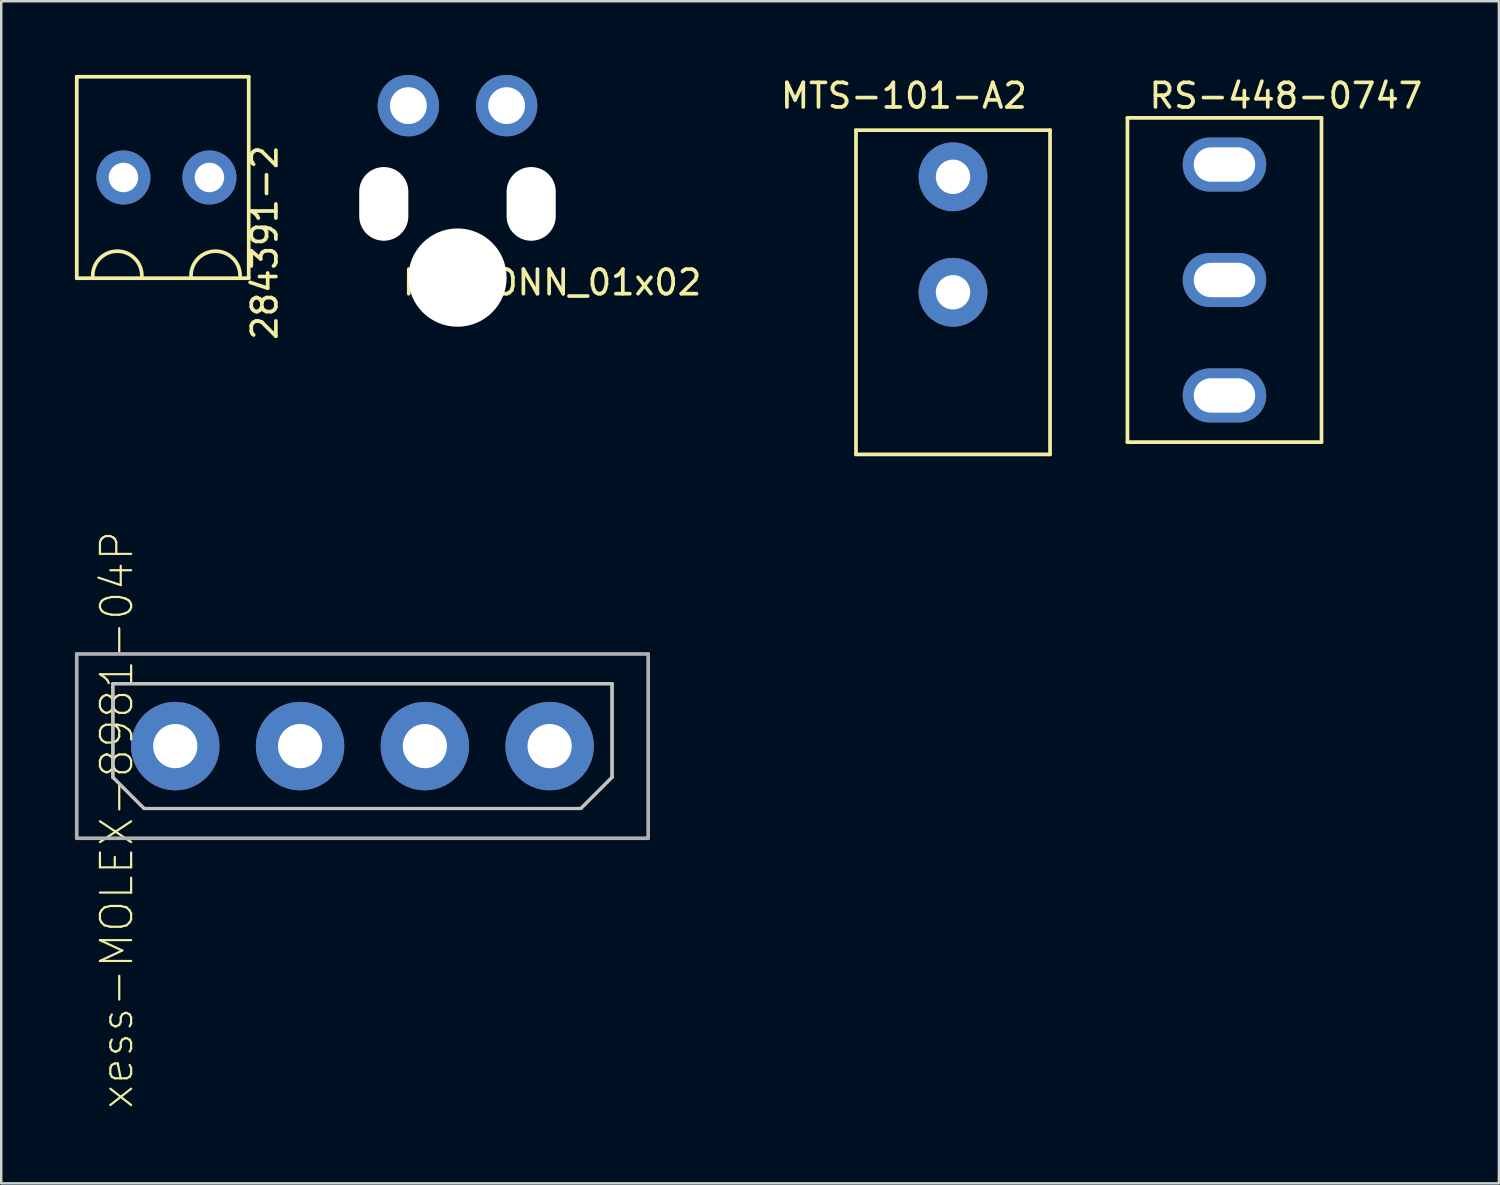
<source format=kicad_pcb>
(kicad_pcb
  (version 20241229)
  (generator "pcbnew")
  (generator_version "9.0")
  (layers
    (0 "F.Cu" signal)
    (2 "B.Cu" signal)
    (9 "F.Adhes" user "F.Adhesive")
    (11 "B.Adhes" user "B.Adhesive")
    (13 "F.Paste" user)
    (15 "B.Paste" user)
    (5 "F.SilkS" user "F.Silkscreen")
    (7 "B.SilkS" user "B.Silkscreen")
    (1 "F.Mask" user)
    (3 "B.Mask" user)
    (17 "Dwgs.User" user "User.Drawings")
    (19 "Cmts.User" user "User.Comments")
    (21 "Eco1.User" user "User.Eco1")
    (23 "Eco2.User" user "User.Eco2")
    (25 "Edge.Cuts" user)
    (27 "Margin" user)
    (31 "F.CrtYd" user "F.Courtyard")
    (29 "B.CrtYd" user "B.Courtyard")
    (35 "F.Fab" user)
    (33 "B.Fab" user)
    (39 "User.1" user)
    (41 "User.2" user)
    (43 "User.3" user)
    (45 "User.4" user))
  (footprint "HTLCONN_01x02"
    (layer "F.Cu")
    (at 15.573 5.25)
    (property "Reference" "HTLCONN_01x02" (at 3.85 3.2 0) (layer "F.SilkS") (effects (font (size 1 1) (thickness 0.15))))
    (attr through_hole)
    (pad "" np_thru_hole oval (at -3 0) (size 2 3) (drill oval 2 3) (layers "*.Cu" "*.Mask"))
    (pad "" np_thru_hole circle (at 0 3) (size 4 4) (drill 4) (layers "*.Cu" "*.Mask"))
    (pad "" np_thru_hole oval (at 3 0) (size 2 3) (drill oval 2 3) (layers "*.Cu" "*.Mask"))
    (pad "1" thru_hole circle (at -2 -4) (size 2.5 2.5) (drill 1.5) (layers "*.Cu" "*.Mask"))
    (pad "2" thru_hole circle (at 2 -4) (size 2.5 2.5) (drill 1.5) (layers "*.Cu" "*.Mask")))
  (footprint "RS-448-0747"
    (layer "F.Cu")
    (at 46.795 8.348)
    (property "Reference" "RS-448-0747" (at 2.5 -7.5 0) (layer "F.SilkS") (effects (font (size 1 1) (thickness 0.15))))
    (attr through_hole)
    (fp_line (start -3.95 -6.6) (end -3.95 6.6) (stroke (width 0.15) (type solid)) (layer "F.SilkS"))
    (fp_line (start -3.95 -6.6) (end 3.95 -6.6) (stroke (width 0.15) (type solid)) (layer "F.SilkS"))
    (fp_line (start -3.95 6.6) (end 3.95 6.6) (stroke (width 0.15) (type solid)) (layer "F.SilkS"))
    (fp_line (start 3.95 6.6) (end 3.95 -6.6) (stroke (width 0.15) (type solid)) (layer "F.SilkS"))
    (pad "1" thru_hole oval (at 0 -4.7) (size 3.4 2.2) (drill oval 2.5 1.4) (layers "*.Cu" "*.Mask"))
    (pad "2" thru_hole oval (at 0 0) (size 3.4 2.2) (drill oval 2.5 1.4) (layers "*.Cu" "*.Mask"))
    (pad "3" thru_hole oval (at 0 4.7) (size 3.4 2.2) (drill oval 2.5 1.4) (layers "*.Cu" "*.Mask")))
  (footprint "284391-2"
    (layer "F.Cu")
    (at 3.725 4.175)
    (property "Reference" "284391-2" (at 4 2.65 270) (layer "F.SilkS") (effects (font (size 1 1) (thickness 0.15))))
    (attr through_hole)
    (fp_line (start -3.65 4.1) (end -3.65 -4.1) (stroke (width 0.15) (type solid)) (layer "F.SilkS"))
    (fp_line (start 3.35 -4.1) (end -3.65 -4.1) (stroke (width 0.15) (type solid)) (layer "F.SilkS"))
    (fp_line (start 3.35 4.1) (end -3.65 4.1) (stroke (width 0.15) (type solid)) (layer "F.SilkS"))
    (fp_line (start 3.35 4.1) (end 3.35 -4.1) (stroke (width 0.15) (type solid)) (layer "F.SilkS"))
    (fp_arc (start -3 4) (mid -2 3) (end -1 4) (stroke (width 0.15) (type solid)) (layer "F.SilkS"))
    (fp_arc (start 1 4) (mid 2 3) (end 3 4) (stroke (width 0.15) (type solid)) (layer "F.SilkS"))
    (pad "1" thru_hole circle (at -1.75 0) (size 2.2 2.2) (drill 1.2) (layers "*.Cu" "*.Mask"))
    (pad "2" thru_hole circle (at 1.75 0) (size 2.2 2.2) (drill 1.2) (layers "*.Cu" "*.Mask")))
  (footprint "xess-MOLEX-8981-04P"
    (layer "F.Cu")
    (at 11.705 27.322)
    (property "Reference" "xess-MOLEX-8981-04P" (at -10 3 270) (layer "F.SilkS") (effects (font (size 1.27 1.27) (thickness 0.089))))
    (attr exclude_from_pos_files exclude_from_bom)
    (fp_line (start -10.16 -2.54) (end -10.16 1.27) (stroke (width 0.127) (type solid)) (layer "F.SilkS"))
    (fp_line (start -10.16 1.27) (end -8.89 2.54) (stroke (width 0.127) (type solid)) (layer "F.SilkS"))
    (fp_line (start -8.89 2.54) (end 8.89 2.54) (stroke (width 0.127) (type solid)) (layer "F.SilkS"))
    (fp_line (start 8.89 2.54) (end 10.16 1.27) (stroke (width 0.127) (type solid)) (layer "F.SilkS"))
    (fp_line (start 10.16 -2.54) (end -10.16 -2.54) (stroke (width 0.127) (type solid)) (layer "F.SilkS"))
    (fp_line (start 10.16 1.27) (end 10.16 -2.54) (stroke (width 0.127) (type solid)) (layer "F.SilkS"))
    (fp_line (start -10.16 -2.54) (end -10.16 1.27) (stroke (width 0.127) (type solid)) (layer "Dwgs.User"))
    (fp_line (start -10.16 1.27) (end -8.89 2.54) (stroke (width 0.127) (type solid)) (layer "Dwgs.User"))
    (fp_line (start -8.89 2.54) (end 8.89 2.54) (stroke (width 0.127) (type solid)) (layer "Dwgs.User"))
    (fp_line (start 8.89 2.54) (end 10.16 1.27) (stroke (width 0.127) (type solid)) (layer "Dwgs.User"))
    (fp_line (start 10.16 -2.54) (end -10.16 -2.54) (stroke (width 0.127) (type solid)) (layer "Dwgs.User"))
    (fp_line (start 10.16 1.27) (end 10.16 -2.54) (stroke (width 0.127) (type solid)) (layer "Dwgs.User"))
    (fp_line (start -11.63 -3.75) (end -11.63 3.75) (stroke (width 0.15) (type solid)) (layer "F.Fab"))
    (fp_line (start -11.63 -3.75) (end 11.63 -3.75) (stroke (width 0.15) (type solid)) (layer "F.Fab"))
    (fp_line (start -11.63 3.75) (end 11.63 3.75) (stroke (width 0.15) (type solid)) (layer "F.Fab"))
    (fp_line (start 11.63 3.75) (end 11.63 -3.75) (stroke (width 0.15) (type solid)) (layer "F.Fab"))
    (pad "1" thru_hole circle (at -7.62 0) (size 3.6 3.6) (drill 1.8) (layers "*.Cu" "*.Mask"))
    (pad "2" thru_hole circle (at -2.54 0) (size 3.6 3.6) (drill 1.8) (layers "*.Cu" "*.Mask"))
    (pad "3" thru_hole circle (at 2.54 0) (size 3.6 3.6) (drill 1.8) (layers "*.Cu" "*.Mask"))
    (pad "4" thru_hole circle (at 7.62 0 90) (size 3.6 3.6) (drill 1.8) (layers "*.Cu" "*.Mask")))
  (footprint "MTS-101-A2"
    (layer "F.Cu")
    (at 35.745 8.848)
    (property "Reference" "MTS-101-A2" (at -2 -8 0) (layer "F.SilkS") (effects (font (size 1 1) (thickness 0.15))))
    (attr through_hole)
    (fp_line (start -3.95 -6.6) (end -3.95 6.6) (stroke (width 0.15) (type solid)) (layer "F.SilkS"))
    (fp_line (start -3.95 -6.6) (end 3.95 -6.6) (stroke (width 0.15) (type solid)) (layer "F.SilkS"))
    (fp_line (start -3.95 6.6) (end 3.95 6.6) (stroke (width 0.15) (type solid)) (layer "F.SilkS"))
    (fp_line (start 3.95 6.6) (end 3.95 -6.6) (stroke (width 0.15) (type solid)) (layer "F.SilkS"))
    (pad "1" thru_hole circle (at 0 -4.7) (size 2.8 2.8) (drill 1.4) (layers "*.Cu" "*.Mask"))
    (pad "2" thru_hole circle (at 0 0) (size 2.8 2.8) (drill 1.4) (layers "*.Cu" "*.Mask")))
  (gr_rect
    (start -3 -3)
    (end 57.967 45.122)
    (stroke (width 0.1) (type default))
    (fill no)
    (layer "Edge.Cuts")))
</source>
